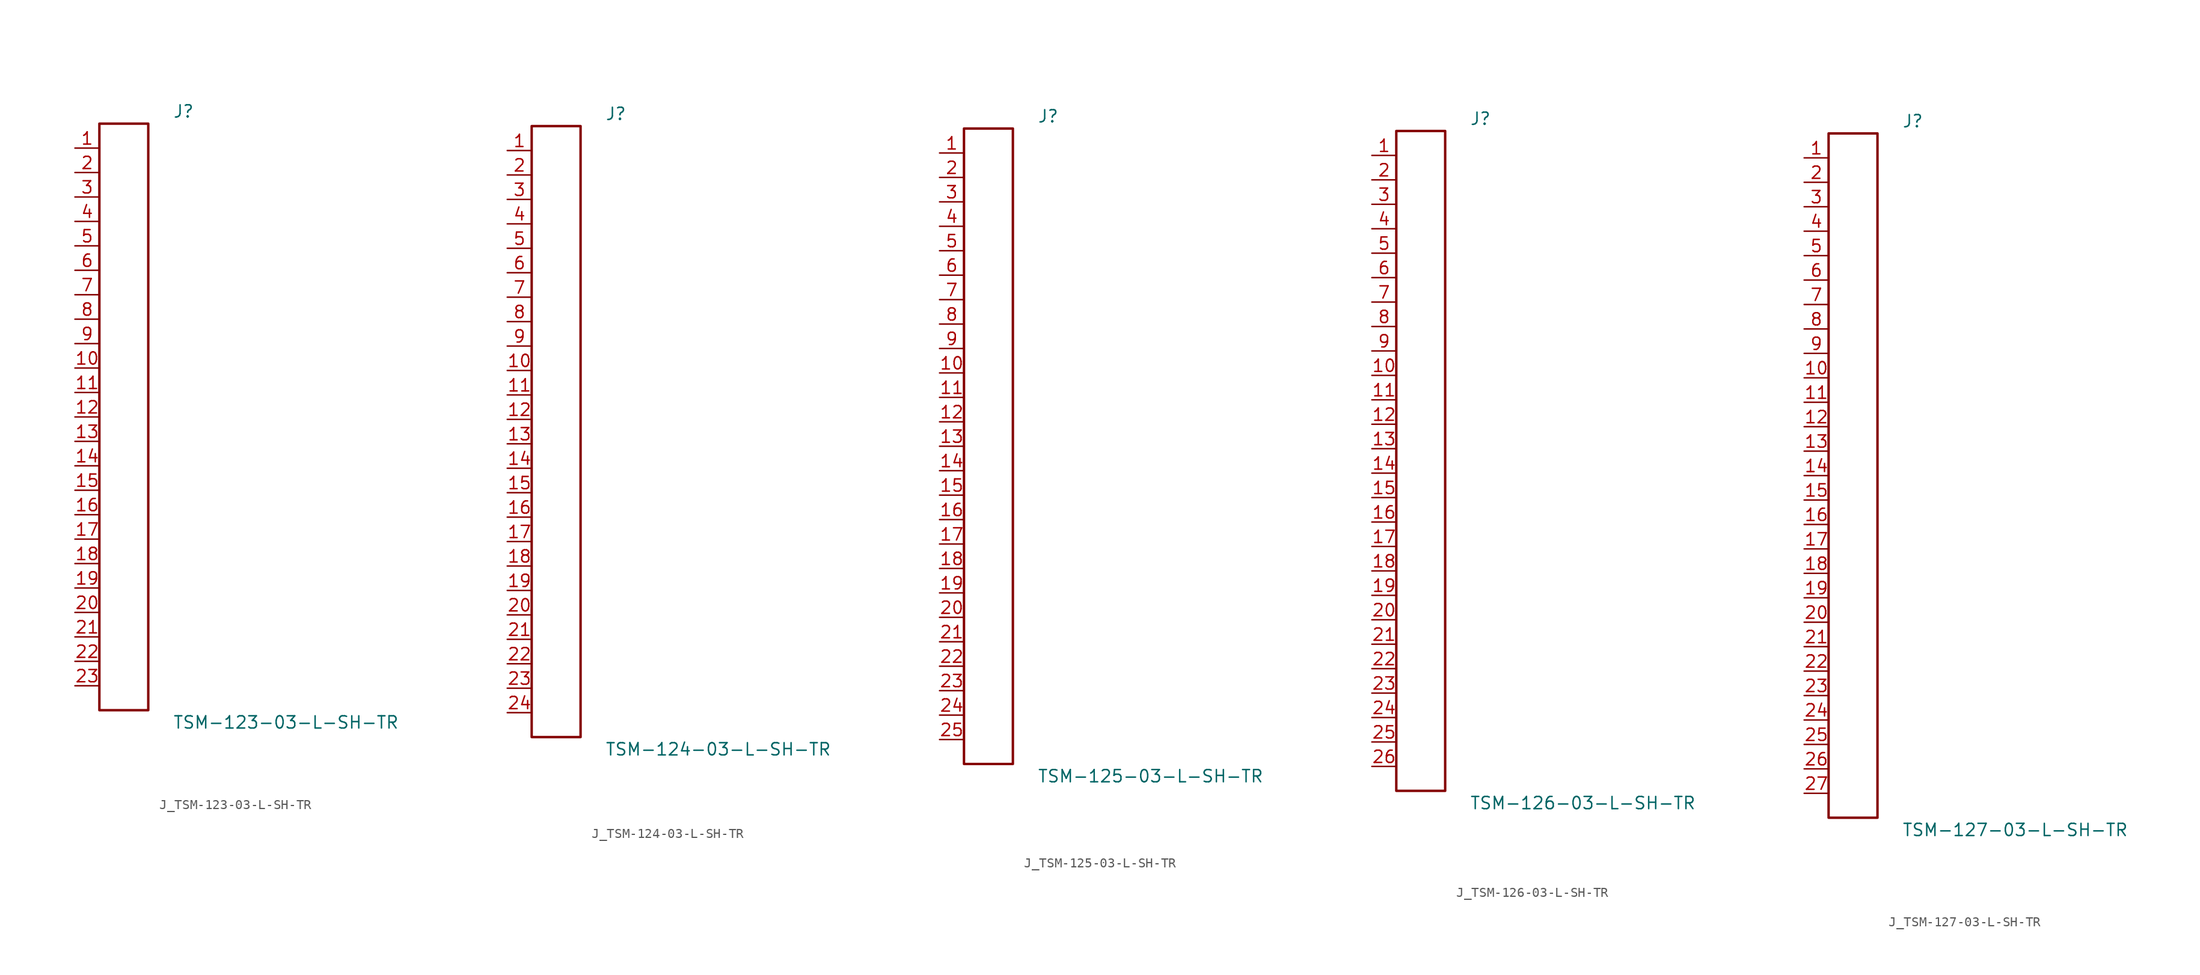
<source format=kicad_sym>
(kicad_symbol_lib
  (version 20231120)
  (generator kicad_symbol_editor)
  (generator_version 8.0)
  (symbol "J_TSM-123-03-L-SH-TR"
    (pin_names
      (offset 0.254))
    (property "Reference" "J"
      (at 5.08 31.75 0)
      (effects (font (size 1.27 1.27)) (justify left)))
    (property "Value" "TSM-123-03-L-SH-TR"
      (at 5.08 -31.75 0)
      (effects (font (size 1.27 1.27)) (justify left)))
    (symbol "J_TSM-123-03-L-SH-TR_0_0"
      (pin unspecified line (at -5.08 27.94 0) (length 2.54) (name "" (effects (font (size 1.27 1.27)))) (number "1" (effects (font (size 1.27 1.27)))))
      (pin unspecified line (at -5.08 25.4 0) (length 2.54) (name "" (effects (font (size 1.27 1.27)))) (number "2" (effects (font (size 1.27 1.27)))))
      (pin unspecified line (at -5.08 22.86 0) (length 2.54) (name "" (effects (font (size 1.27 1.27)))) (number "3" (effects (font (size 1.27 1.27)))))
      (pin unspecified line (at -5.08 20.32 0) (length 2.54) (name "" (effects (font (size 1.27 1.27)))) (number "4" (effects (font (size 1.27 1.27)))))
      (pin unspecified line (at -5.08 17.78 0) (length 2.54) (name "" (effects (font (size 1.27 1.27)))) (number "5" (effects (font (size 1.27 1.27)))))
      (pin unspecified line (at -5.08 15.24 0) (length 2.54) (name "" (effects (font (size 1.27 1.27)))) (number "6" (effects (font (size 1.27 1.27)))))
      (pin unspecified line (at -5.08 12.7 0) (length 2.54) (name "" (effects (font (size 1.27 1.27)))) (number "7" (effects (font (size 1.27 1.27)))))
      (pin unspecified line (at -5.08 10.16 0) (length 2.54) (name "" (effects (font (size 1.27 1.27)))) (number "8" (effects (font (size 1.27 1.27)))))
      (pin unspecified line (at -5.08 7.62 0) (length 2.54) (name "" (effects (font (size 1.27 1.27)))) (number "9" (effects (font (size 1.27 1.27)))))
      (pin unspecified line (at -5.08 5.08 0) (length 2.54) (name "" (effects (font (size 1.27 1.27)))) (number "10" (effects (font (size 1.27 1.27)))))
      (pin unspecified line (at -5.08 2.54 0) (length 2.54) (name "" (effects (font (size 1.27 1.27)))) (number "11" (effects (font (size 1.27 1.27)))))
      (pin unspecified line (at -5.08 0.0 0) (length 2.54) (name "" (effects (font (size 1.27 1.27)))) (number "12" (effects (font (size 1.27 1.27)))))
      (pin unspecified line (at -5.08 -2.54 0) (length 2.54) (name "" (effects (font (size 1.27 1.27)))) (number "13" (effects (font (size 1.27 1.27)))))
      (pin unspecified line (at -5.08 -5.08 0) (length 2.54) (name "" (effects (font (size 1.27 1.27)))) (number "14" (effects (font (size 1.27 1.27)))))
      (pin unspecified line (at -5.08 -7.62 0) (length 2.54) (name "" (effects (font (size 1.27 1.27)))) (number "15" (effects (font (size 1.27 1.27)))))
      (pin unspecified line (at -5.08 -10.16 0) (length 2.54) (name "" (effects (font (size 1.27 1.27)))) (number "16" (effects (font (size 1.27 1.27)))))
      (pin unspecified line (at -5.08 -12.7 0) (length 2.54) (name "" (effects (font (size 1.27 1.27)))) (number "17" (effects (font (size 1.27 1.27)))))
      (pin unspecified line (at -5.08 -15.24 0) (length 2.54) (name "" (effects (font (size 1.27 1.27)))) (number "18" (effects (font (size 1.27 1.27)))))
      (pin unspecified line (at -5.08 -17.78 0) (length 2.54) (name "" (effects (font (size 1.27 1.27)))) (number "19" (effects (font (size 1.27 1.27)))))
      (pin unspecified line (at -5.08 -20.32 0) (length 2.54) (name "" (effects (font (size 1.27 1.27)))) (number "20" (effects (font (size 1.27 1.27)))))
      (pin unspecified line (at -5.08 -22.86 0) (length 2.54) (name "" (effects (font (size 1.27 1.27)))) (number "21" (effects (font (size 1.27 1.27)))))
      (pin unspecified line (at -5.08 -25.4 0) (length 2.54) (name "" (effects (font (size 1.27 1.27)))) (number "22" (effects (font (size 1.27 1.27)))))
      (pin unspecified line (at -5.08 -27.94 0) (length 2.54) (name "" (effects (font (size 1.27 1.27)))) (number "23" (effects (font (size 1.27 1.27))))))
    (symbol "J_TSM-123-03-L-SH-TR_1_0"
      (rectangle (start -2.54 30.48) (end 2.54 -30.48) (stroke (width 0.254) (type solid)) (fill (type none)))))
  (symbol "J_TSM-124-03-L-SH-TR"
    (pin_names
      (offset 0.254))
    (property "Reference" "J"
      (at 5.08 33.02 0)
      (effects (font (size 1.27 1.27)) (justify left)))
    (property "Value" "TSM-124-03-L-SH-TR"
      (at 5.08 -33.02 0)
      (effects (font (size 1.27 1.27)) (justify left)))
    (symbol "J_TSM-124-03-L-SH-TR_0_0"
      (pin unspecified line (at -5.08 29.21 0) (length 2.54) (name "" (effects (font (size 1.27 1.27)))) (number "1" (effects (font (size 1.27 1.27)))))
      (pin unspecified line (at -5.08 26.67 0) (length 2.54) (name "" (effects (font (size 1.27 1.27)))) (number "2" (effects (font (size 1.27 1.27)))))
      (pin unspecified line (at -5.08 24.13 0) (length 2.54) (name "" (effects (font (size 1.27 1.27)))) (number "3" (effects (font (size 1.27 1.27)))))
      (pin unspecified line (at -5.08 21.59 0) (length 2.54) (name "" (effects (font (size 1.27 1.27)))) (number "4" (effects (font (size 1.27 1.27)))))
      (pin unspecified line (at -5.08 19.05 0) (length 2.54) (name "" (effects (font (size 1.27 1.27)))) (number "5" (effects (font (size 1.27 1.27)))))
      (pin unspecified line (at -5.08 16.51 0) (length 2.54) (name "" (effects (font (size 1.27 1.27)))) (number "6" (effects (font (size 1.27 1.27)))))
      (pin unspecified line (at -5.08 13.97 0) (length 2.54) (name "" (effects (font (size 1.27 1.27)))) (number "7" (effects (font (size 1.27 1.27)))))
      (pin unspecified line (at -5.08 11.43 0) (length 2.54) (name "" (effects (font (size 1.27 1.27)))) (number "8" (effects (font (size 1.27 1.27)))))
      (pin unspecified line (at -5.08 8.89 0) (length 2.54) (name "" (effects (font (size 1.27 1.27)))) (number "9" (effects (font (size 1.27 1.27)))))
      (pin unspecified line (at -5.08 6.35 0) (length 2.54) (name "" (effects (font (size 1.27 1.27)))) (number "10" (effects (font (size 1.27 1.27)))))
      (pin unspecified line (at -5.08 3.81 0) (length 2.54) (name "" (effects (font (size 1.27 1.27)))) (number "11" (effects (font (size 1.27 1.27)))))
      (pin unspecified line (at -5.08 1.27 0) (length 2.54) (name "" (effects (font (size 1.27 1.27)))) (number "12" (effects (font (size 1.27 1.27)))))
      (pin unspecified line (at -5.08 -1.27 0) (length 2.54) (name "" (effects (font (size 1.27 1.27)))) (number "13" (effects (font (size 1.27 1.27)))))
      (pin unspecified line (at -5.08 -3.81 0) (length 2.54) (name "" (effects (font (size 1.27 1.27)))) (number "14" (effects (font (size 1.27 1.27)))))
      (pin unspecified line (at -5.08 -6.35 0) (length 2.54) (name "" (effects (font (size 1.27 1.27)))) (number "15" (effects (font (size 1.27 1.27)))))
      (pin unspecified line (at -5.08 -8.89 0) (length 2.54) (name "" (effects (font (size 1.27 1.27)))) (number "16" (effects (font (size 1.27 1.27)))))
      (pin unspecified line (at -5.08 -11.43 0) (length 2.54) (name "" (effects (font (size 1.27 1.27)))) (number "17" (effects (font (size 1.27 1.27)))))
      (pin unspecified line (at -5.08 -13.97 0) (length 2.54) (name "" (effects (font (size 1.27 1.27)))) (number "18" (effects (font (size 1.27 1.27)))))
      (pin unspecified line (at -5.08 -16.51 0) (length 2.54) (name "" (effects (font (size 1.27 1.27)))) (number "19" (effects (font (size 1.27 1.27)))))
      (pin unspecified line (at -5.08 -19.05 0) (length 2.54) (name "" (effects (font (size 1.27 1.27)))) (number "20" (effects (font (size 1.27 1.27)))))
      (pin unspecified line (at -5.08 -21.59 0) (length 2.54) (name "" (effects (font (size 1.27 1.27)))) (number "21" (effects (font (size 1.27 1.27)))))
      (pin unspecified line (at -5.08 -24.13 0) (length 2.54) (name "" (effects (font (size 1.27 1.27)))) (number "22" (effects (font (size 1.27 1.27)))))
      (pin unspecified line (at -5.08 -26.67 0) (length 2.54) (name "" (effects (font (size 1.27 1.27)))) (number "23" (effects (font (size 1.27 1.27)))))
      (pin unspecified line (at -5.08 -29.21 0) (length 2.54) (name "" (effects (font (size 1.27 1.27)))) (number "24" (effects (font (size 1.27 1.27))))))
    (symbol "J_TSM-124-03-L-SH-TR_1_0"
      (rectangle (start -2.54 31.75) (end 2.54 -31.75) (stroke (width 0.254) (type solid)) (fill (type none)))))
  (symbol "J_TSM-125-03-L-SH-TR"
    (pin_names
      (offset 0.254))
    (property "Reference" "J"
      (at 5.08 34.29 0)
      (effects (font (size 1.27 1.27)) (justify left)))
    (property "Value" "TSM-125-03-L-SH-TR"
      (at 5.08 -34.29 0)
      (effects (font (size 1.27 1.27)) (justify left)))
    (symbol "J_TSM-125-03-L-SH-TR_0_0"
      (pin unspecified line (at -5.08 30.48 0) (length 2.54) (name "" (effects (font (size 1.27 1.27)))) (number "1" (effects (font (size 1.27 1.27)))))
      (pin unspecified line (at -5.08 27.94 0) (length 2.54) (name "" (effects (font (size 1.27 1.27)))) (number "2" (effects (font (size 1.27 1.27)))))
      (pin unspecified line (at -5.08 25.4 0) (length 2.54) (name "" (effects (font (size 1.27 1.27)))) (number "3" (effects (font (size 1.27 1.27)))))
      (pin unspecified line (at -5.08 22.86 0) (length 2.54) (name "" (effects (font (size 1.27 1.27)))) (number "4" (effects (font (size 1.27 1.27)))))
      (pin unspecified line (at -5.08 20.32 0) (length 2.54) (name "" (effects (font (size 1.27 1.27)))) (number "5" (effects (font (size 1.27 1.27)))))
      (pin unspecified line (at -5.08 17.78 0) (length 2.54) (name "" (effects (font (size 1.27 1.27)))) (number "6" (effects (font (size 1.27 1.27)))))
      (pin unspecified line (at -5.08 15.24 0) (length 2.54) (name "" (effects (font (size 1.27 1.27)))) (number "7" (effects (font (size 1.27 1.27)))))
      (pin unspecified line (at -5.08 12.7 0) (length 2.54) (name "" (effects (font (size 1.27 1.27)))) (number "8" (effects (font (size 1.27 1.27)))))
      (pin unspecified line (at -5.08 10.16 0) (length 2.54) (name "" (effects (font (size 1.27 1.27)))) (number "9" (effects (font (size 1.27 1.27)))))
      (pin unspecified line (at -5.08 7.62 0) (length 2.54) (name "" (effects (font (size 1.27 1.27)))) (number "10" (effects (font (size 1.27 1.27)))))
      (pin unspecified line (at -5.08 5.08 0) (length 2.54) (name "" (effects (font (size 1.27 1.27)))) (number "11" (effects (font (size 1.27 1.27)))))
      (pin unspecified line (at -5.08 2.54 0) (length 2.54) (name "" (effects (font (size 1.27 1.27)))) (number "12" (effects (font (size 1.27 1.27)))))
      (pin unspecified line (at -5.08 0.0 0) (length 2.54) (name "" (effects (font (size 1.27 1.27)))) (number "13" (effects (font (size 1.27 1.27)))))
      (pin unspecified line (at -5.08 -2.54 0) (length 2.54) (name "" (effects (font (size 1.27 1.27)))) (number "14" (effects (font (size 1.27 1.27)))))
      (pin unspecified line (at -5.08 -5.08 0) (length 2.54) (name "" (effects (font (size 1.27 1.27)))) (number "15" (effects (font (size 1.27 1.27)))))
      (pin unspecified line (at -5.08 -7.62 0) (length 2.54) (name "" (effects (font (size 1.27 1.27)))) (number "16" (effects (font (size 1.27 1.27)))))
      (pin unspecified line (at -5.08 -10.16 0) (length 2.54) (name "" (effects (font (size 1.27 1.27)))) (number "17" (effects (font (size 1.27 1.27)))))
      (pin unspecified line (at -5.08 -12.7 0) (length 2.54) (name "" (effects (font (size 1.27 1.27)))) (number "18" (effects (font (size 1.27 1.27)))))
      (pin unspecified line (at -5.08 -15.24 0) (length 2.54) (name "" (effects (font (size 1.27 1.27)))) (number "19" (effects (font (size 1.27 1.27)))))
      (pin unspecified line (at -5.08 -17.78 0) (length 2.54) (name "" (effects (font (size 1.27 1.27)))) (number "20" (effects (font (size 1.27 1.27)))))
      (pin unspecified line (at -5.08 -20.32 0) (length 2.54) (name "" (effects (font (size 1.27 1.27)))) (number "21" (effects (font (size 1.27 1.27)))))
      (pin unspecified line (at -5.08 -22.86 0) (length 2.54) (name "" (effects (font (size 1.27 1.27)))) (number "22" (effects (font (size 1.27 1.27)))))
      (pin unspecified line (at -5.08 -25.4 0) (length 2.54) (name "" (effects (font (size 1.27 1.27)))) (number "23" (effects (font (size 1.27 1.27)))))
      (pin unspecified line (at -5.08 -27.94 0) (length 2.54) (name "" (effects (font (size 1.27 1.27)))) (number "24" (effects (font (size 1.27 1.27)))))
      (pin unspecified line (at -5.08 -30.48 0) (length 2.54) (name "" (effects (font (size 1.27 1.27)))) (number "25" (effects (font (size 1.27 1.27))))))
    (symbol "J_TSM-125-03-L-SH-TR_1_0"
      (rectangle (start -2.54 33.02) (end 2.54 -33.02) (stroke (width 0.254) (type solid)) (fill (type none)))))
  (symbol "J_TSM-126-03-L-SH-TR"
    (pin_names
      (offset 0.254))
    (property "Reference" "J"
      (at 5.08 35.56 0)
      (effects (font (size 1.27 1.27)) (justify left)))
    (property "Value" "TSM-126-03-L-SH-TR"
      (at 5.08 -35.56 0)
      (effects (font (size 1.27 1.27)) (justify left)))
    (symbol "J_TSM-126-03-L-SH-TR_0_0"
      (pin unspecified line (at -5.08 31.75 0) (length 2.54) (name "" (effects (font (size 1.27 1.27)))) (number "1" (effects (font (size 1.27 1.27)))))
      (pin unspecified line (at -5.08 29.21 0) (length 2.54) (name "" (effects (font (size 1.27 1.27)))) (number "2" (effects (font (size 1.27 1.27)))))
      (pin unspecified line (at -5.08 26.67 0) (length 2.54) (name "" (effects (font (size 1.27 1.27)))) (number "3" (effects (font (size 1.27 1.27)))))
      (pin unspecified line (at -5.08 24.13 0) (length 2.54) (name "" (effects (font (size 1.27 1.27)))) (number "4" (effects (font (size 1.27 1.27)))))
      (pin unspecified line (at -5.08 21.59 0) (length 2.54) (name "" (effects (font (size 1.27 1.27)))) (number "5" (effects (font (size 1.27 1.27)))))
      (pin unspecified line (at -5.08 19.05 0) (length 2.54) (name "" (effects (font (size 1.27 1.27)))) (number "6" (effects (font (size 1.27 1.27)))))
      (pin unspecified line (at -5.08 16.51 0) (length 2.54) (name "" (effects (font (size 1.27 1.27)))) (number "7" (effects (font (size 1.27 1.27)))))
      (pin unspecified line (at -5.08 13.97 0) (length 2.54) (name "" (effects (font (size 1.27 1.27)))) (number "8" (effects (font (size 1.27 1.27)))))
      (pin unspecified line (at -5.08 11.43 0) (length 2.54) (name "" (effects (font (size 1.27 1.27)))) (number "9" (effects (font (size 1.27 1.27)))))
      (pin unspecified line (at -5.08 8.89 0) (length 2.54) (name "" (effects (font (size 1.27 1.27)))) (number "10" (effects (font (size 1.27 1.27)))))
      (pin unspecified line (at -5.08 6.35 0) (length 2.54) (name "" (effects (font (size 1.27 1.27)))) (number "11" (effects (font (size 1.27 1.27)))))
      (pin unspecified line (at -5.08 3.81 0) (length 2.54) (name "" (effects (font (size 1.27 1.27)))) (number "12" (effects (font (size 1.27 1.27)))))
      (pin unspecified line (at -5.08 1.27 0) (length 2.54) (name "" (effects (font (size 1.27 1.27)))) (number "13" (effects (font (size 1.27 1.27)))))
      (pin unspecified line (at -5.08 -1.27 0) (length 2.54) (name "" (effects (font (size 1.27 1.27)))) (number "14" (effects (font (size 1.27 1.27)))))
      (pin unspecified line (at -5.08 -3.81 0) (length 2.54) (name "" (effects (font (size 1.27 1.27)))) (number "15" (effects (font (size 1.27 1.27)))))
      (pin unspecified line (at -5.08 -6.35 0) (length 2.54) (name "" (effects (font (size 1.27 1.27)))) (number "16" (effects (font (size 1.27 1.27)))))
      (pin unspecified line (at -5.08 -8.89 0) (length 2.54) (name "" (effects (font (size 1.27 1.27)))) (number "17" (effects (font (size 1.27 1.27)))))
      (pin unspecified line (at -5.08 -11.43 0) (length 2.54) (name "" (effects (font (size 1.27 1.27)))) (number "18" (effects (font (size 1.27 1.27)))))
      (pin unspecified line (at -5.08 -13.97 0) (length 2.54) (name "" (effects (font (size 1.27 1.27)))) (number "19" (effects (font (size 1.27 1.27)))))
      (pin unspecified line (at -5.08 -16.51 0) (length 2.54) (name "" (effects (font (size 1.27 1.27)))) (number "20" (effects (font (size 1.27 1.27)))))
      (pin unspecified line (at -5.08 -19.05 0) (length 2.54) (name "" (effects (font (size 1.27 1.27)))) (number "21" (effects (font (size 1.27 1.27)))))
      (pin unspecified line (at -5.08 -21.59 0) (length 2.54) (name "" (effects (font (size 1.27 1.27)))) (number "22" (effects (font (size 1.27 1.27)))))
      (pin unspecified line (at -5.08 -24.13 0) (length 2.54) (name "" (effects (font (size 1.27 1.27)))) (number "23" (effects (font (size 1.27 1.27)))))
      (pin unspecified line (at -5.08 -26.67 0) (length 2.54) (name "" (effects (font (size 1.27 1.27)))) (number "24" (effects (font (size 1.27 1.27)))))
      (pin unspecified line (at -5.08 -29.21 0) (length 2.54) (name "" (effects (font (size 1.27 1.27)))) (number "25" (effects (font (size 1.27 1.27)))))
      (pin unspecified line (at -5.08 -31.75 0) (length 2.54) (name "" (effects (font (size 1.27 1.27)))) (number "26" (effects (font (size 1.27 1.27))))))
    (symbol "J_TSM-126-03-L-SH-TR_1_0"
      (rectangle (start -2.54 34.29) (end 2.54 -34.29) (stroke (width 0.254) (type solid)) (fill (type none)))))
  (symbol "J_TSM-127-03-L-SH-TR"
    (pin_names
      (offset 0.254))
    (property "Reference" "J"
      (at 5.08 36.83 0)
      (effects (font (size 1.27 1.27)) (justify left)))
    (property "Value" "TSM-127-03-L-SH-TR"
      (at 5.08 -36.83 0)
      (effects (font (size 1.27 1.27)) (justify left)))
    (symbol "J_TSM-127-03-L-SH-TR_0_0"
      (pin unspecified line (at -5.08 33.02 0) (length 2.54) (name "" (effects (font (size 1.27 1.27)))) (number "1" (effects (font (size 1.27 1.27)))))
      (pin unspecified line (at -5.08 30.48 0) (length 2.54) (name "" (effects (font (size 1.27 1.27)))) (number "2" (effects (font (size 1.27 1.27)))))
      (pin unspecified line (at -5.08 27.94 0) (length 2.54) (name "" (effects (font (size 1.27 1.27)))) (number "3" (effects (font (size 1.27 1.27)))))
      (pin unspecified line (at -5.08 25.4 0) (length 2.54) (name "" (effects (font (size 1.27 1.27)))) (number "4" (effects (font (size 1.27 1.27)))))
      (pin unspecified line (at -5.08 22.86 0) (length 2.54) (name "" (effects (font (size 1.27 1.27)))) (number "5" (effects (font (size 1.27 1.27)))))
      (pin unspecified line (at -5.08 20.32 0) (length 2.54) (name "" (effects (font (size 1.27 1.27)))) (number "6" (effects (font (size 1.27 1.27)))))
      (pin unspecified line (at -5.08 17.78 0) (length 2.54) (name "" (effects (font (size 1.27 1.27)))) (number "7" (effects (font (size 1.27 1.27)))))
      (pin unspecified line (at -5.08 15.24 0) (length 2.54) (name "" (effects (font (size 1.27 1.27)))) (number "8" (effects (font (size 1.27 1.27)))))
      (pin unspecified line (at -5.08 12.7 0) (length 2.54) (name "" (effects (font (size 1.27 1.27)))) (number "9" (effects (font (size 1.27 1.27)))))
      (pin unspecified line (at -5.08 10.16 0) (length 2.54) (name "" (effects (font (size 1.27 1.27)))) (number "10" (effects (font (size 1.27 1.27)))))
      (pin unspecified line (at -5.08 7.62 0) (length 2.54) (name "" (effects (font (size 1.27 1.27)))) (number "11" (effects (font (size 1.27 1.27)))))
      (pin unspecified line (at -5.08 5.08 0) (length 2.54) (name "" (effects (font (size 1.27 1.27)))) (number "12" (effects (font (size 1.27 1.27)))))
      (pin unspecified line (at -5.08 2.54 0) (length 2.54) (name "" (effects (font (size 1.27 1.27)))) (number "13" (effects (font (size 1.27 1.27)))))
      (pin unspecified line (at -5.08 0.0 0) (length 2.54) (name "" (effects (font (size 1.27 1.27)))) (number "14" (effects (font (size 1.27 1.27)))))
      (pin unspecified line (at -5.08 -2.54 0) (length 2.54) (name "" (effects (font (size 1.27 1.27)))) (number "15" (effects (font (size 1.27 1.27)))))
      (pin unspecified line (at -5.08 -5.08 0) (length 2.54) (name "" (effects (font (size 1.27 1.27)))) (number "16" (effects (font (size 1.27 1.27)))))
      (pin unspecified line (at -5.08 -7.62 0) (length 2.54) (name "" (effects (font (size 1.27 1.27)))) (number "17" (effects (font (size 1.27 1.27)))))
      (pin unspecified line (at -5.08 -10.16 0) (length 2.54) (name "" (effects (font (size 1.27 1.27)))) (number "18" (effects (font (size 1.27 1.27)))))
      (pin unspecified line (at -5.08 -12.7 0) (length 2.54) (name "" (effects (font (size 1.27 1.27)))) (number "19" (effects (font (size 1.27 1.27)))))
      (pin unspecified line (at -5.08 -15.24 0) (length 2.54) (name "" (effects (font (size 1.27 1.27)))) (number "20" (effects (font (size 1.27 1.27)))))
      (pin unspecified line (at -5.08 -17.78 0) (length 2.54) (name "" (effects (font (size 1.27 1.27)))) (number "21" (effects (font (size 1.27 1.27)))))
      (pin unspecified line (at -5.08 -20.32 0) (length 2.54) (name "" (effects (font (size 1.27 1.27)))) (number "22" (effects (font (size 1.27 1.27)))))
      (pin unspecified line (at -5.08 -22.86 0) (length 2.54) (name "" (effects (font (size 1.27 1.27)))) (number "23" (effects (font (size 1.27 1.27)))))
      (pin unspecified line (at -5.08 -25.4 0) (length 2.54) (name "" (effects (font (size 1.27 1.27)))) (number "24" (effects (font (size 1.27 1.27)))))
      (pin unspecified line (at -5.08 -27.94 0) (length 2.54) (name "" (effects (font (size 1.27 1.27)))) (number "25" (effects (font (size 1.27 1.27)))))
      (pin unspecified line (at -5.08 -30.48 0) (length 2.54) (name "" (effects (font (size 1.27 1.27)))) (number "26" (effects (font (size 1.27 1.27)))))
      (pin unspecified line (at -5.08 -33.02 0) (length 2.54) (name "" (effects (font (size 1.27 1.27)))) (number "27" (effects (font (size 1.27 1.27))))))
    (symbol "J_TSM-127-03-L-SH-TR_1_0"
      (rectangle (start -2.54 35.56) (end 2.54 -35.56) (stroke (width 0.254) (type solid)) (fill (type none))))))
</source>
